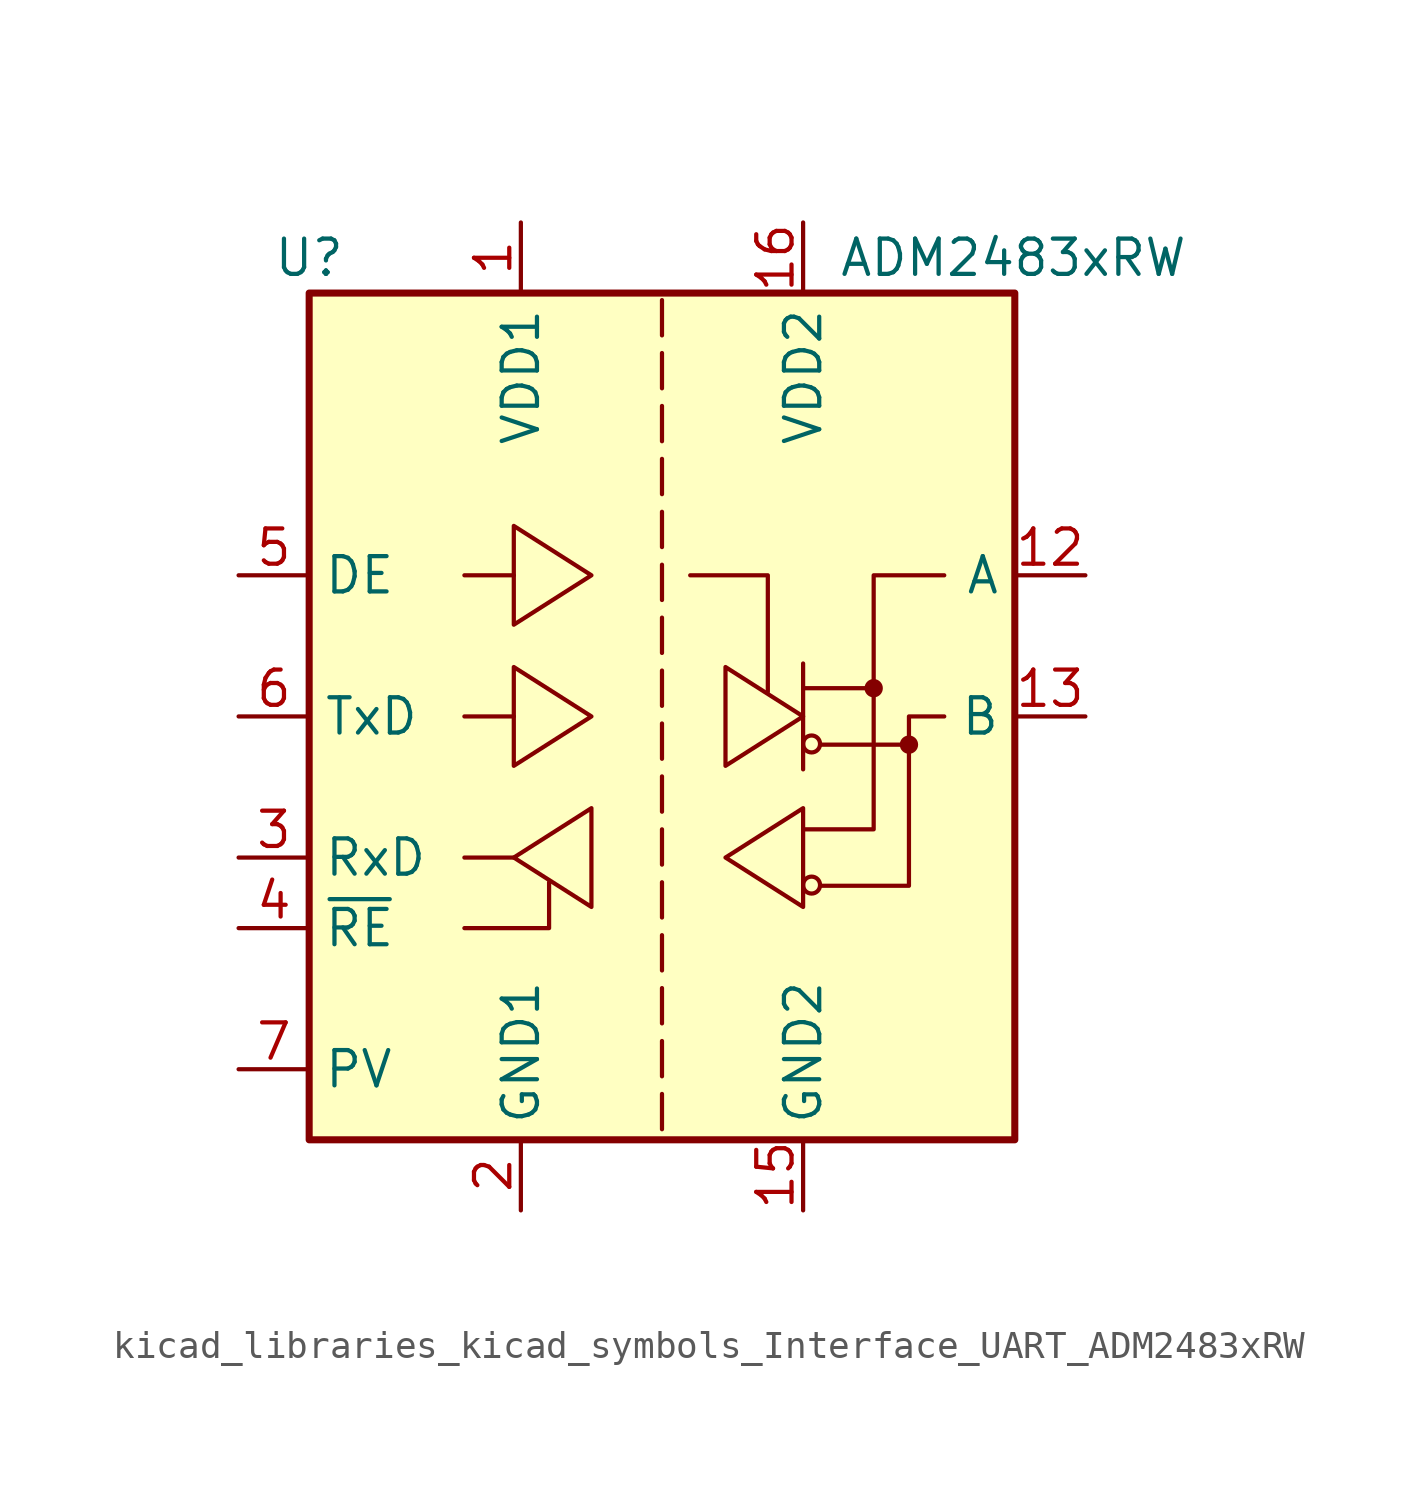
<source format=kicad_sym>
(kicad_symbol_lib
  (version 20220914)
  (generator kicad_symbol_editor)
  (symbol "kicad_libraries_kicad_symbols_Interface_UART_ADM2483xRW"
    (property "Reference" "U"
      (at -12.7 16.51 0)
      (effects (font (size 1.27 1.27))))
    (property "Value" "ADM2483xRW"
      (at 6.35 16.51 0)
      (effects (font (size 1.27 1.27)) (justify left)))
    (symbol "kicad_libraries_kicad_symbols_Interface_UART_ADM2483xRW_0_0"
      (polyline (pts (xy 0 -13.589) (xy 0 -14.859)) (stroke (width 0) (type default)) (fill (type none)))
      (polyline (pts (xy 0 -11.684) (xy 0 -12.954)) (stroke (width 0) (type default)) (fill (type none)))
      (polyline (pts (xy 0 -9.779) (xy 0 -11.049)) (stroke (width 0) (type default)) (fill (type none)))
      (polyline (pts (xy 0 -7.874) (xy 0 -9.144)) (stroke (width 0) (type default)) (fill (type none)))
      (polyline (pts (xy 0 -5.969) (xy 0 -7.239)) (stroke (width 0) (type default)) (fill (type none)))
      (polyline (pts (xy 0 -4.064) (xy 0 -5.334)) (stroke (width 0) (type default)) (fill (type none)))
      (polyline (pts (xy 0 -2.159) (xy 0 -3.429)) (stroke (width 0) (type default)) (fill (type none)))
      (polyline (pts (xy 0 -0.254) (xy 0 -1.524)) (stroke (width 0) (type default)) (fill (type none)))
      (polyline (pts (xy 0 1.651) (xy 0 0.381)) (stroke (width 0) (type default)) (fill (type none)))
      (polyline (pts (xy 0 3.556) (xy 0 2.286)) (stroke (width 0) (type default)) (fill (type none)))
      (polyline (pts (xy 0 5.461) (xy 0 4.191)) (stroke (width 0) (type default)) (fill (type none)))
      (polyline (pts (xy 0 7.366) (xy 0 6.096)) (stroke (width 0) (type default)) (fill (type none)))
      (polyline (pts (xy 0 9.271) (xy 0 8.001)) (stroke (width 0) (type default)) (fill (type none)))
      (polyline (pts (xy 0 11.176) (xy 0 9.906)) (stroke (width 0) (type default)) (fill (type none)))
      (polyline (pts (xy 0 13.081) (xy 0 11.811)) (stroke (width 0) (type default)) (fill (type none)))
      (polyline (pts (xy 0 14.986) (xy 0 13.716)) (stroke (width 0) (type default)) (fill (type none))))
    (symbol "kicad_libraries_kicad_symbols_Interface_UART_ADM2483xRW_0_1"
      (rectangle (start -12.7 15.24) (end 12.7 -15.24) (stroke (width 0.254) (type default)) (fill (type background)))
      (polyline (pts (xy -5.334 -5.08) (xy -7.112 -5.08)) (stroke (width 0) (type default)) (fill (type none)))
      (polyline (pts (xy -5.334 0) (xy -7.112 0)) (stroke (width 0) (type default)) (fill (type none)))
      (polyline (pts (xy -5.334 5.08) (xy -7.112 5.08)) (stroke (width 0) (type default)) (fill (type none)))
      (polyline (pts (xy 5.08 1.016) (xy 7.62 1.016)) (stroke (width 0) (type default)) (fill (type none)))
      (polyline (pts (xy 5.08 1.905) (xy 5.08 -1.905)) (stroke (width 0) (type default)) (fill (type none)))
      (polyline (pts (xy 5.715 -1.016) (xy 8.89 -1.016)) (stroke (width 0) (type default)) (fill (type none)))
      (polyline (pts (xy -7.112 -7.62) (xy -4.064 -7.62) (xy -4.064 -5.969)) (stroke (width 0) (type default)) (fill (type none)))
      (polyline (pts (xy 1.016 5.08) (xy 3.81 5.08) (xy 3.81 0.889)) (stroke (width 0) (type default)) (fill (type none)))
      (polyline (pts (xy -5.334 -5.08) (xy -2.54 -3.302) (xy -2.54 -6.858) (xy -5.334 -5.08)) (stroke (width 0) (type default)) (fill (type none)))
      (polyline (pts (xy -2.54 0) (xy -5.334 1.778) (xy -5.334 -1.778) (xy -2.54 0)) (stroke (width 0) (type default)) (fill (type none)))
      (polyline (pts (xy -2.54 5.08) (xy -5.334 6.858) (xy -5.334 3.302) (xy -2.54 5.08)) (stroke (width 0) (type default)) (fill (type none)))
      (polyline (pts (xy 2.286 -5.08) (xy 5.08 -3.302) (xy 5.08 -6.858) (xy 2.286 -5.08)) (stroke (width 0) (type default)) (fill (type none)))
      (polyline (pts (xy 5.08 -4.064) (xy 7.62 -4.064) (xy 7.62 5.08) (xy 10.16 5.08)) (stroke (width 0) (type default)) (fill (type none)))
      (polyline (pts (xy 5.08 0) (xy 2.286 1.778) (xy 2.286 -1.778) (xy 5.08 0)) (stroke (width 0) (type default)) (fill (type none)))
      (polyline (pts (xy 5.715 -6.096) (xy 8.89 -6.096) (xy 8.89 0) (xy 10.16 0)) (stroke (width 0) (type default)) (fill (type none)))
      (circle (center 5.385 -6.071) (radius 0.305) (stroke (width 0) (type default)) (fill (type none)))
      (circle (center 5.385 -0.991) (radius 0.305) (stroke (width 0) (type default)) (fill (type none)))
      (circle (center 7.62 1.016) (radius 0.254) (stroke (width 0) (type default)) (fill (type outline)))
      (circle (center 8.89 -1.016) (radius 0.254) (stroke (width 0) (type default)) (fill (type outline))))
    (symbol "kicad_libraries_kicad_symbols_Interface_UART_ADM2483xRW_1_1"
      (pin power_in line (at -5.08 17.78 270) (length 2.54) (name "VDD1" (effects (font (size 1.27 1.27)))) (number "1" (effects (font (size 1.27 1.27)))))
      (pin no_connect line (at 7.62 -15.24 90) (length 2.54) hide (name "NC" (effects (font (size 1.27 1.27)))) (number "10" (effects (font (size 1.27 1.27)))))
      (pin no_connect line (at 12.7 -7.62 180) (length 2.54) hide (name "NC" (effects (font (size 1.27 1.27)))) (number "11" (effects (font (size 1.27 1.27)))))
      (pin bidirectional line (at 15.24 5.08 180) (length 2.54) (name "A" (effects (font (size 1.27 1.27)))) (number "12" (effects (font (size 1.27 1.27)))))
      (pin bidirectional line (at 15.24 0 180) (length 2.54) (name "B" (effects (font (size 1.27 1.27)))) (number "13" (effects (font (size 1.27 1.27)))))
      (pin no_connect line (at 12.7 7.62 180) (length 2.54) hide (name "NC" (effects (font (size 1.27 1.27)))) (number "14" (effects (font (size 1.27 1.27)))))
      (pin power_in line (at 5.08 -17.78 90) (length 2.54) (name "GND2" (effects (font (size 1.27 1.27)))) (number "15" (effects (font (size 1.27 1.27)))))
      (pin power_in line (at 5.08 17.78 270) (length 2.54) (name "VDD2" (effects (font (size 1.27 1.27)))) (number "16" (effects (font (size 1.27 1.27)))))
      (pin power_in line (at -5.08 -17.78 90) (length 2.54) (name "GND1" (effects (font (size 1.27 1.27)))) (number "2" (effects (font (size 1.27 1.27)))))
      (pin output line (at -15.24 -5.08 0) (length 2.54) (name "RxD" (effects (font (size 1.27 1.27)))) (number "3" (effects (font (size 1.27 1.27)))))
      (pin input line (at -15.24 -7.62 0) (length 2.54) (name "~{RE}" (effects (font (size 1.27 1.27)))) (number "4" (effects (font (size 1.27 1.27)))))
      (pin input line (at -15.24 5.08 0) (length 2.54) (name "DE" (effects (font (size 1.27 1.27)))) (number "5" (effects (font (size 1.27 1.27)))))
      (pin input line (at -15.24 0 0) (length 2.54) (name "TxD" (effects (font (size 1.27 1.27)))) (number "6" (effects (font (size 1.27 1.27)))))
      (pin input line (at -15.24 -12.7 0) (length 2.54) (name "PV" (effects (font (size 1.27 1.27)))) (number "7" (effects (font (size 1.27 1.27)))))
      (pin passive line (at -5.08 -17.78 90) (length 2.54) hide (name "GND1" (effects (font (size 1.27 1.27)))) (number "8" (effects (font (size 1.27 1.27)))))
      (pin passive line (at 5.08 -17.78 90) (length 2.54) hide (name "GND2" (effects (font (size 1.27 1.27)))) (number "9" (effects (font (size 1.27 1.27))))))))
</source>
